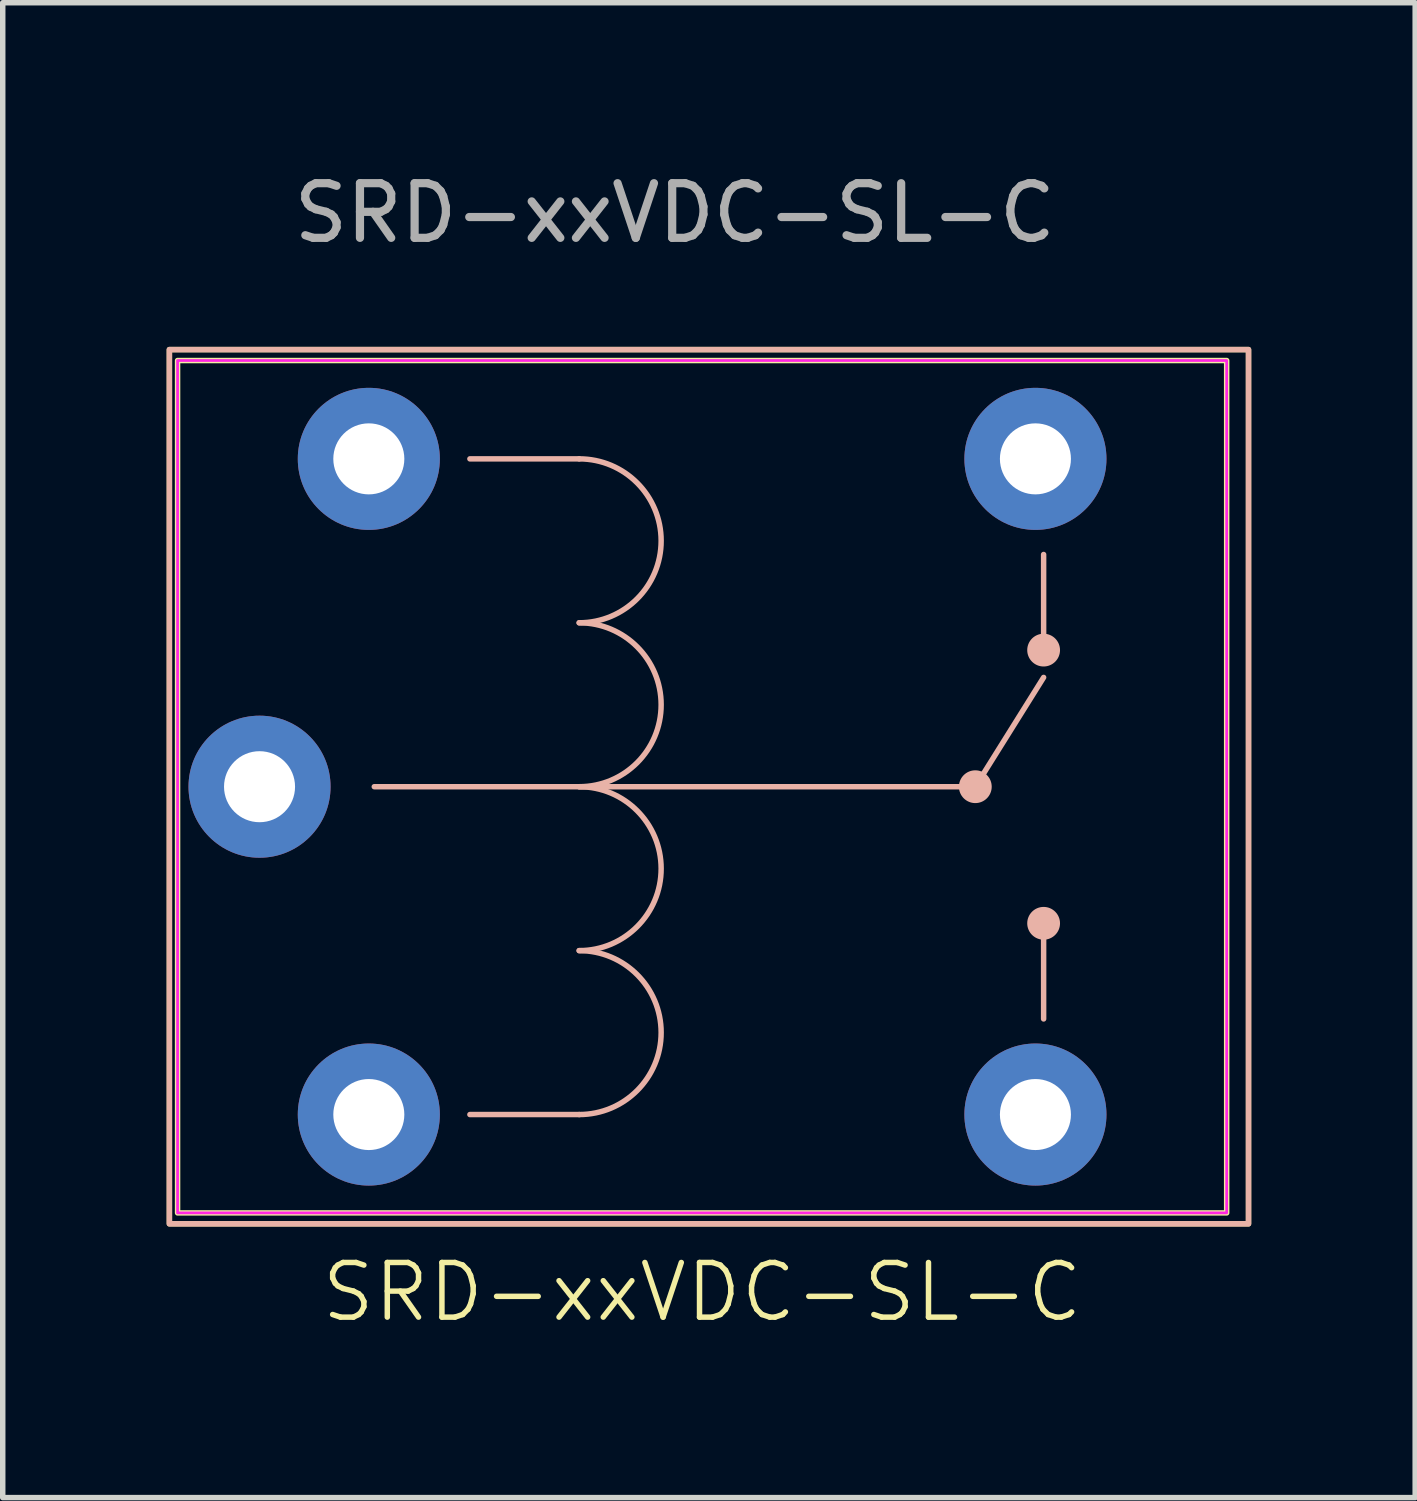
<source format=kicad_pcb>
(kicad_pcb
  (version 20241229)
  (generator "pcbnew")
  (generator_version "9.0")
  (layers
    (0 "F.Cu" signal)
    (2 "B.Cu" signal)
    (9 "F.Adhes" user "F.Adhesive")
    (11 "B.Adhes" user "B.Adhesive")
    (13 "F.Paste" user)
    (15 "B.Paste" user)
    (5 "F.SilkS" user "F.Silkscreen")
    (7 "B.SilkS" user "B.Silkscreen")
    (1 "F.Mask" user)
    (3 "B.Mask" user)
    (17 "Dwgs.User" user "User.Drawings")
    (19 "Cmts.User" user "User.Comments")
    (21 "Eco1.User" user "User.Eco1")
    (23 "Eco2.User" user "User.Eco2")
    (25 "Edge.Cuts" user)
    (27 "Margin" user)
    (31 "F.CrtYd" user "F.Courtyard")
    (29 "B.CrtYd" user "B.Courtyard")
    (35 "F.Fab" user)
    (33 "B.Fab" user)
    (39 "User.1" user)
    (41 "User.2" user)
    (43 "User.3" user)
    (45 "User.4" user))
  (footprint "SRD-xxVDC-SL-C"
    (layer "F.Cu")
    (at 9.8 11.348)
    (property "Reference" "SRD-xxVDC-SL-C" (at 0 9.25 0) (unlocked yes) (layer "F.SilkS") (effects (font (size 1 1) (thickness 0.1))))
    (attr through_hole)
    (fp_rect (start -9.75 -8) (end 10 8) (stroke (width 0.1) (type default)) (fill no) (layer "F.SilkS"))
    (fp_rect (start -9.6 -7.8) (end 9.6 7.8) (stroke (width 0.1) (type default)) (fill no) (layer "F.SilkS"))
    (fp_line (start -6 0) (end 5 0) (stroke (width 0.1) (type default)) (layer "B.SilkS"))
    (fp_line (start -4.25 -6) (end -2.25 -6) (stroke (width 0.1) (type default)) (layer "B.SilkS"))
    (fp_line (start -4.25 6) (end -2.25 6) (stroke (width 0.1) (type default)) (layer "B.SilkS"))
    (fp_line (start 5 0) (end 6.25 -2) (stroke (width 0.1) (type default)) (layer "B.SilkS"))
    (fp_line (start 6.25 -2.5) (end 6.25 -4.25) (stroke (width 0.1) (type default)) (layer "B.SilkS"))
    (fp_line (start 6.25 4.25) (end 6.25 2.5) (stroke (width 0.1) (type default)) (layer "B.SilkS"))
    (fp_rect (start -9.75 -8) (end 10 8) (stroke (width 0.1) (type default)) (fill no) (layer "B.SilkS"))
    (fp_arc (start -2.25 -6) (mid -0.75 -4.5) (end -2.25 -3) (stroke (width 0.1) (type solid)) (layer "B.SilkS"))
    (fp_arc (start -2.25 -3) (mid -0.75 -1.5) (end -2.25 0) (stroke (width 0.1) (type solid)) (layer "B.SilkS"))
    (fp_arc (start -2.25 0) (mid -0.75 1.5) (end -2.25 3) (stroke (width 0.1) (type solid)) (layer "B.SilkS"))
    (fp_arc (start -2.25 3) (mid -0.75 4.5) (end -2.25 6) (stroke (width 0.1) (type solid)) (layer "B.SilkS"))
    (fp_circle (center 5 0) (end 5.25 0) (stroke (width 0.1) (type solid)) (fill yes) (layer "B.SilkS"))
    (fp_circle (center 6.25 -2.5) (end 6.5 -2.5) (stroke (width 0.1) (type solid)) (fill yes) (layer "B.SilkS"))
    (fp_circle (center 6.25 2.5) (end 6.5 2.5) (stroke (width 0.1) (type solid)) (fill yes) (layer "B.SilkS"))
    (fp_rect (start -9.6 -7.8) (end 9.6 7.8) (stroke (width 0.05) (type default)) (fill no) (layer "F.CrtYd"))
    (fp_text user "${REFERENCE}" (at -0.5 -10.5 0) (unlocked yes) (layer "F.Fab") (effects (font (size 1 1) (thickness 0.15))))
    (pad "1" thru_hole circle (at -6.1 -6) (size 2.6 2.6) (drill 1.3) (layers "*.Cu" "*.Mask"))
    (pad "2" thru_hole circle (at -6.1 6) (size 2.6 2.6) (drill 1.3) (layers "*.Cu" "*.Mask"))
    (pad "3" thru_hole circle (at -8.1 0) (size 2.6 2.6) (drill 1.3) (layers "*.Cu" "*.Mask"))
    (pad "4" thru_hole circle (at 6.1 -6) (size 2.6 2.6) (drill 1.3) (layers "*.Cu" "*.Mask"))
    (pad "5" thru_hole circle (at 6.1 6) (size 2.6 2.6) (drill 1.3) (layers "*.Cu" "*.Mask")))
  (gr_rect
    (start -3 -3)
    (end 22.85 24.359)
    (stroke (width 0.1) (type default))
    (fill no)
    (layer "Edge.Cuts")))
</source>
